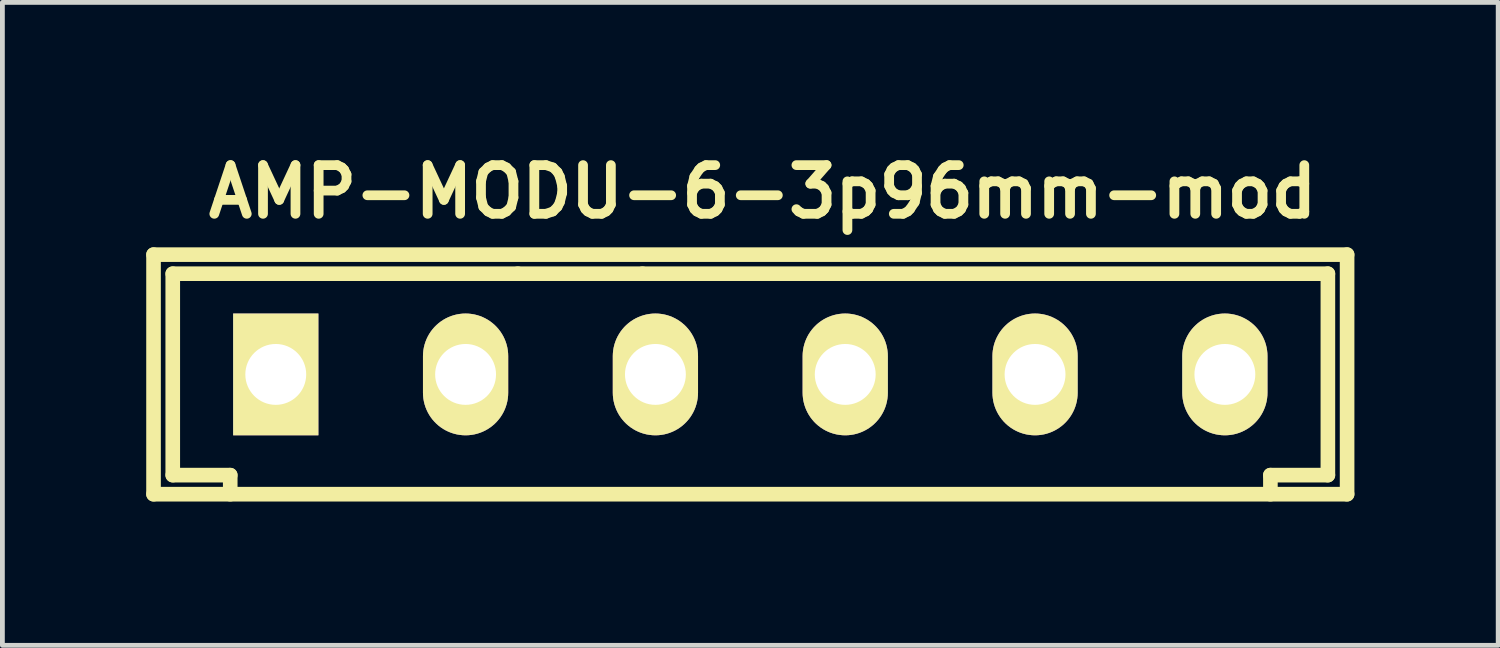
<source format=kicad_pcb>
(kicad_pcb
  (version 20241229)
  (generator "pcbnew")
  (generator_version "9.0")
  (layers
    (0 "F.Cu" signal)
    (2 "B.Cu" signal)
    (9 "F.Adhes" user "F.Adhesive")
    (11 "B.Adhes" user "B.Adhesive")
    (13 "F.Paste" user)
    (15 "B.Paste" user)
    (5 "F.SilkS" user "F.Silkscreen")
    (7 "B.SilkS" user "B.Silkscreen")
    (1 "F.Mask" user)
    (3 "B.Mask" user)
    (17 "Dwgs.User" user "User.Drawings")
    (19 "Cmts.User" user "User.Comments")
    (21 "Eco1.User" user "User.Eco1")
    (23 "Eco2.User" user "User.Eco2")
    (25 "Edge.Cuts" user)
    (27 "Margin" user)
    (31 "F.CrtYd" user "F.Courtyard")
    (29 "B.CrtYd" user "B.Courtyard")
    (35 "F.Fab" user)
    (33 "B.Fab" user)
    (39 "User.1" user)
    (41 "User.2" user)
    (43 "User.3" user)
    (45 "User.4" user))
  (footprint "AMP-MODU-6-3p96mm-mod"
    (layer "F.Cu")
    (at 9.053 4.761)
    (property "Reference" "AMP-MODU-6-3p96mm-mod" (at 3.81 -3.81 0) (layer "F.SilkS") (effects (font (size 1.016 1.016) (thickness 0.203))))
    (fp_line (start -8.9 2.499) (end -8.9 -2.499) (stroke (width 0.305) (type solid)) (layer "F.SilkS"))
    (fp_line (start -8.499 -2.101) (end -8.499 2.101) (stroke (width 0.305) (type solid)) (layer "F.SilkS"))
    (fp_line (start -7.3 2.101) (end -8.499 2.101) (stroke (width 0.305) (type solid)) (layer "F.SilkS"))
    (fp_line (start -7.3 2.101) (end -7.3 2.499) (stroke (width 0.305) (type solid)) (layer "F.SilkS"))
    (fp_line (start -1.3 -2.101) (end -8.499 -2.101) (stroke (width 0.305) (type solid)) (layer "F.SilkS"))
    (fp_line (start -1.3 -2.101) (end 1.3 -2.101) (stroke (width 0.305) (type solid)) (layer "F.SilkS"))
    (fp_line (start 14.4 2.499) (end 14.4 2.101) (stroke (width 0.305) (type solid)) (layer "F.SilkS"))
    (fp_line (start 15.599 -2.101) (end 1.3 -2.101) (stroke (width 0.305) (type solid)) (layer "F.SilkS"))
    (fp_line (start 15.599 2.101) (end 14.4 2.101) (stroke (width 0.305) (type solid)) (layer "F.SilkS"))
    (fp_line (start 15.599 2.101) (end 15.599 -2.101) (stroke (width 0.305) (type solid)) (layer "F.SilkS"))
    (fp_line (start 16 -2.499) (end -8.9 -2.499) (stroke (width 0.305) (type solid)) (layer "F.SilkS"))
    (fp_line (start 16 -2.499) (end 16 2.499) (stroke (width 0.305) (type solid)) (layer "F.SilkS"))
    (fp_line (start 16 2.499) (end -8.9 2.499) (stroke (width 0.305) (type solid)) (layer "F.SilkS"))
    (pad "1" thru_hole rect (at -6.35 0) (size 1.778 2.54) (drill 1.27) (layers "*.Cu" "*.Mask" "F.SilkS"))
    (pad "2" thru_hole oval (at -2.39 0) (size 1.778 2.54) (drill 1.27) (layers "*.Cu" "*.Mask" "F.SilkS"))
    (pad "3" thru_hole oval (at 1.57 0) (size 1.778 2.54) (drill 1.27) (layers "*.Cu" "*.Mask" "F.SilkS"))
    (pad "4" thru_hole oval (at 5.53 0) (size 1.778 2.54) (drill 1.27) (layers "*.Cu" "*.Mask" "F.SilkS"))
    (pad "5" thru_hole oval (at 9.49 0) (size 1.778 2.54) (drill 1.27) (layers "*.Cu" "*.Mask" "F.SilkS"))
    (pad "6" thru_hole oval (at 13.45 0) (size 1.778 2.54) (drill 1.27) (layers "*.Cu" "*.Mask" "F.SilkS")))
  (gr_rect
    (start -3 -3)
    (end 28.205 10.413)
    (stroke (width 0.1) (type default))
    (fill no)
    (layer "Edge.Cuts")))
</source>
